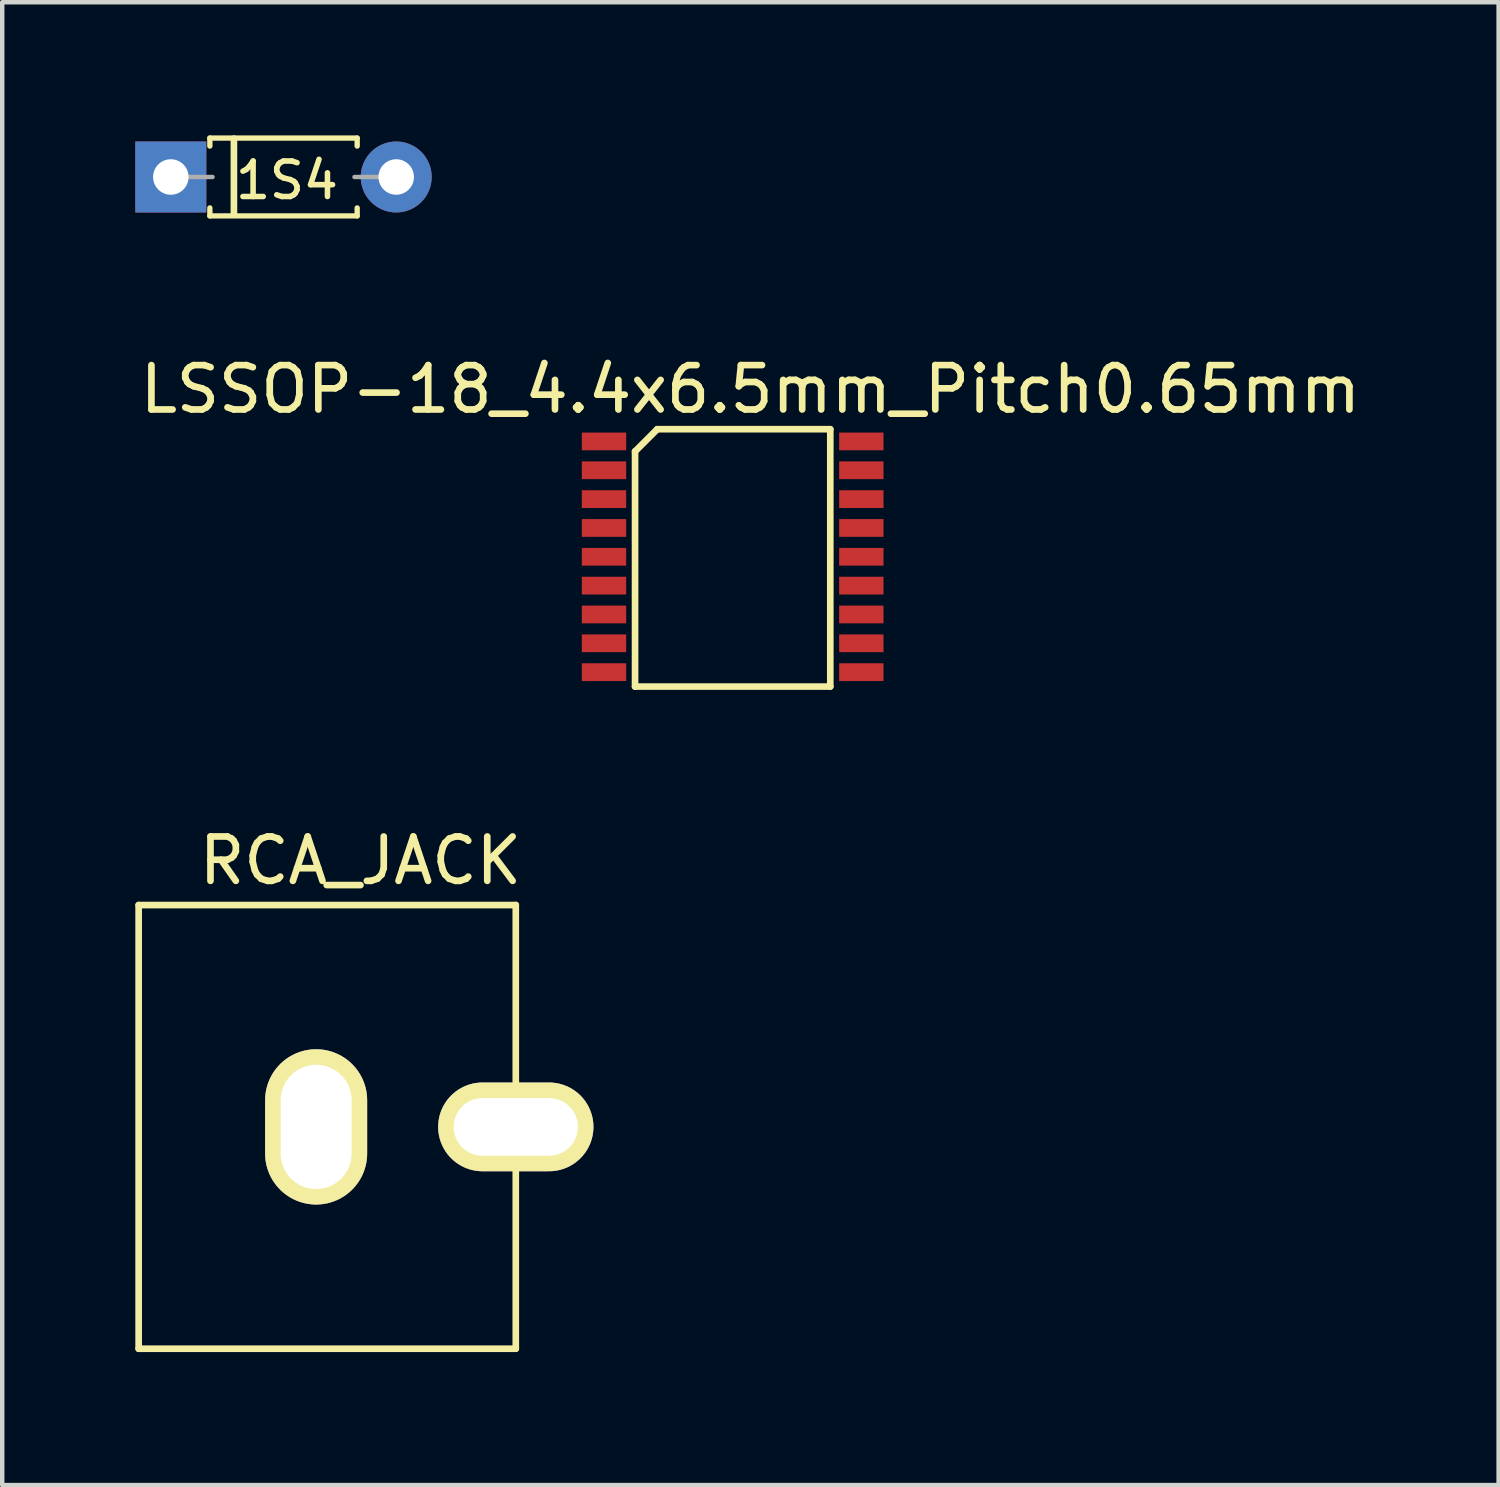
<source format=kicad_pcb>
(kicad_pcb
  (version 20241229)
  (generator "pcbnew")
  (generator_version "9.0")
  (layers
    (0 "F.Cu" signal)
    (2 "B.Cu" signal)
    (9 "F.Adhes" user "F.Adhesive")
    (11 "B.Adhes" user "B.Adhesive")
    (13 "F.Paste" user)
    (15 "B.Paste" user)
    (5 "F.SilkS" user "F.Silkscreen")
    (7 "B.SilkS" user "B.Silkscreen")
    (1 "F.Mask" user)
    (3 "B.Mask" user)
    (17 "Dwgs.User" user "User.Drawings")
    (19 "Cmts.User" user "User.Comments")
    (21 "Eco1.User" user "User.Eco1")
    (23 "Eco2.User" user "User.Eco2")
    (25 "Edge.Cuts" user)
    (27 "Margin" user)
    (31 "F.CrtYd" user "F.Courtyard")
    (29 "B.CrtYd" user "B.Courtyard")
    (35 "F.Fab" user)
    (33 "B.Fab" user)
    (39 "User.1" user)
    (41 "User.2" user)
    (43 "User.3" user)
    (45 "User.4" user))
  (footprint "RCA_JACK"
    (layer "F.Cu")
    (at 4.575 22.348)
    (property "Reference" "RCA_JACK" (at 0.5 -6 0) (layer "F.SilkS") (effects (font (size 1 1) (thickness 0.15))))
    (attr through_hole)
    (fp_line (start -4.5 -5) (end -4.5 5) (stroke (width 0.15) (type solid)) (layer "F.SilkS"))
    (fp_line (start -4.5 -5) (end 4 -5) (stroke (width 0.15) (type solid)) (layer "F.SilkS"))
    (fp_line (start -4.5 5) (end 4 5) (stroke (width 0.15) (type solid)) (layer "F.SilkS"))
    (fp_line (start 4 -5) (end 4 5) (stroke (width 0.15) (type solid)) (layer "F.SilkS"))
    (pad "1" thru_hole oval (at -0.5 0) (size 2.3 3.5) (drill oval 1.6 2.8) (layers "*.Cu" "*.Mask" "F.SilkS"))
    (pad "2" thru_hole oval (at 4 0) (size 3.5 2) (drill oval 2.8 1.3) (layers "*.Cu" "*.Mask" "F.SilkS")))
  (footprint "1S4"
    (layer "F.Cu")
    (at 0.8 0.939)
    (property "Reference" "1S4" (at 2.616 0.076 0) (layer "F.SilkS") (effects (font (size 0.8 0.8) (thickness 0.125))))
    (attr through_hole)
    (fp_line (start 0.88 -0.877) (end 4.2 -0.877) (stroke (width 0.12) (type solid)) (layer "F.SilkS"))
    (fp_line (start 0.88 -0.697) (end 0.88 -0.877) (stroke (width 0.12) (type solid)) (layer "F.SilkS"))
    (fp_line (start 0.88 0.697) (end 0.88 0.877) (stroke (width 0.12) (type solid)) (layer "F.SilkS"))
    (fp_line (start 0.88 0.877) (end 4.2 0.877) (stroke (width 0.12) (type solid)) (layer "F.SilkS"))
    (fp_line (start 1.422 -0.864) (end 1.422 0.838) (stroke (width 0.15) (type solid)) (layer "F.SilkS"))
    (fp_line (start 4.2 -0.877) (end 4.2 -0.697) (stroke (width 0.12) (type solid)) (layer "F.SilkS"))
    (fp_line (start 4.2 0.877) (end 4.2 0.697) (stroke (width 0.12) (type solid)) (layer "F.SilkS"))
    (fp_line (start 0 0) (end 0.94 0) (stroke (width 0.1) (type solid)) (layer "F.Fab"))
    (fp_line (start 5.08 0) (end 4.14 0) (stroke (width 0.1) (type solid)) (layer "F.Fab"))
    (pad "1" thru_hole rect (at 0 0) (size 1.6 1.6) (drill 0.8) (layers "*.Cu" "*.Mask"))
    (pad "2" thru_hole oval (at 5.08 0) (size 1.6 1.6) (drill 0.8) (layers "*.Cu" "*.Mask")))
  (footprint "LSSOP-18_4.4x6.5mm_Pitch0.65mm"
    (layer "F.Cu")
    (at 13.463 9.824)
    (property "Reference" "LSSOP-18_4.4x6.5mm_Pitch0.65mm" (at 0.4 -4.1 0) (layer "F.SilkS") (effects (font (size 1 1) (thickness 0.15))))
    (attr smd)
    (fp_line (start -2.2 -2.7) (end -1.7 -3.2) (stroke (width 0.15) (type solid)) (layer "F.SilkS"))
    (fp_line (start -2.2 2.6) (end -2.2 -2.7) (stroke (width 0.15) (type solid)) (layer "F.SilkS"))
    (fp_line (start -1.7 -3.2) (end 2.2 -3.2) (stroke (width 0.15) (type solid)) (layer "F.SilkS"))
    (fp_line (start 2.2 -3.2) (end 2.2 2.6) (stroke (width 0.15) (type solid)) (layer "F.SilkS"))
    (fp_line (start 2.2 2.6) (end -2.2 2.6) (stroke (width 0.15) (type solid)) (layer "F.SilkS"))
    (pad "1" smd rect (at -2.9 -2.925) (size 1 0.4) (layers "F.Cu" "F.Mask" "F.Paste"))
    (pad "2" smd rect (at -2.9 -2.275) (size 1 0.4) (layers "F.Cu" "F.Mask" "F.Paste"))
    (pad "3" smd rect (at -2.9 -1.625) (size 1 0.4) (layers "F.Cu" "F.Mask" "F.Paste"))
    (pad "4" smd rect (at -2.9 -0.975) (size 1 0.4) (layers "F.Cu" "F.Mask" "F.Paste"))
    (pad "5" smd rect (at -2.9 -0.325) (size 1 0.4) (layers "F.Cu" "F.Mask" "F.Paste"))
    (pad "6" smd rect (at -2.9 0.325) (size 1 0.4) (layers "F.Cu" "F.Mask" "F.Paste"))
    (pad "7" smd rect (at -2.9 0.975) (size 1 0.4) (layers "F.Cu" "F.Mask" "F.Paste"))
    (pad "8" smd rect (at -2.9 1.625) (size 1 0.4) (layers "F.Cu" "F.Mask" "F.Paste"))
    (pad "9" smd rect (at -2.9 2.275) (size 1 0.4) (layers "F.Cu" "F.Mask" "F.Paste"))
    (pad "10" smd rect (at 2.9 2.275) (size 1 0.4) (layers "F.Cu" "F.Mask" "F.Paste"))
    (pad "11" smd rect (at 2.9 1.625) (size 1 0.4) (layers "F.Cu" "F.Mask" "F.Paste"))
    (pad "12" smd rect (at 2.9 0.975) (size 1 0.4) (layers "F.Cu" "F.Mask" "F.Paste"))
    (pad "13" smd rect (at 2.9 0.325) (size 1 0.4) (layers "F.Cu" "F.Mask" "F.Paste"))
    (pad "14" smd rect (at 2.9 -0.325) (size 1 0.4) (layers "F.Cu" "F.Mask" "F.Paste"))
    (pad "15" smd rect (at 2.9 -0.975) (size 1 0.4) (layers "F.Cu" "F.Mask" "F.Paste"))
    (pad "16" smd rect (at 2.9 -1.625) (size 1 0.4) (layers "F.Cu" "F.Mask" "F.Paste"))
    (pad "17" smd rect (at 2.9 -2.275) (size 1 0.4) (layers "F.Cu" "F.Mask" "F.Paste"))
    (pad "18" smd rect (at 2.9 -2.925) (size 1 0.4) (layers "F.Cu" "F.Mask" "F.Paste")))
  (gr_rect
    (start -3 -3)
    (end 30.726 30.422)
    (stroke (width 0.1) (type default))
    (fill no)
    (layer "Edge.Cuts")))
</source>
